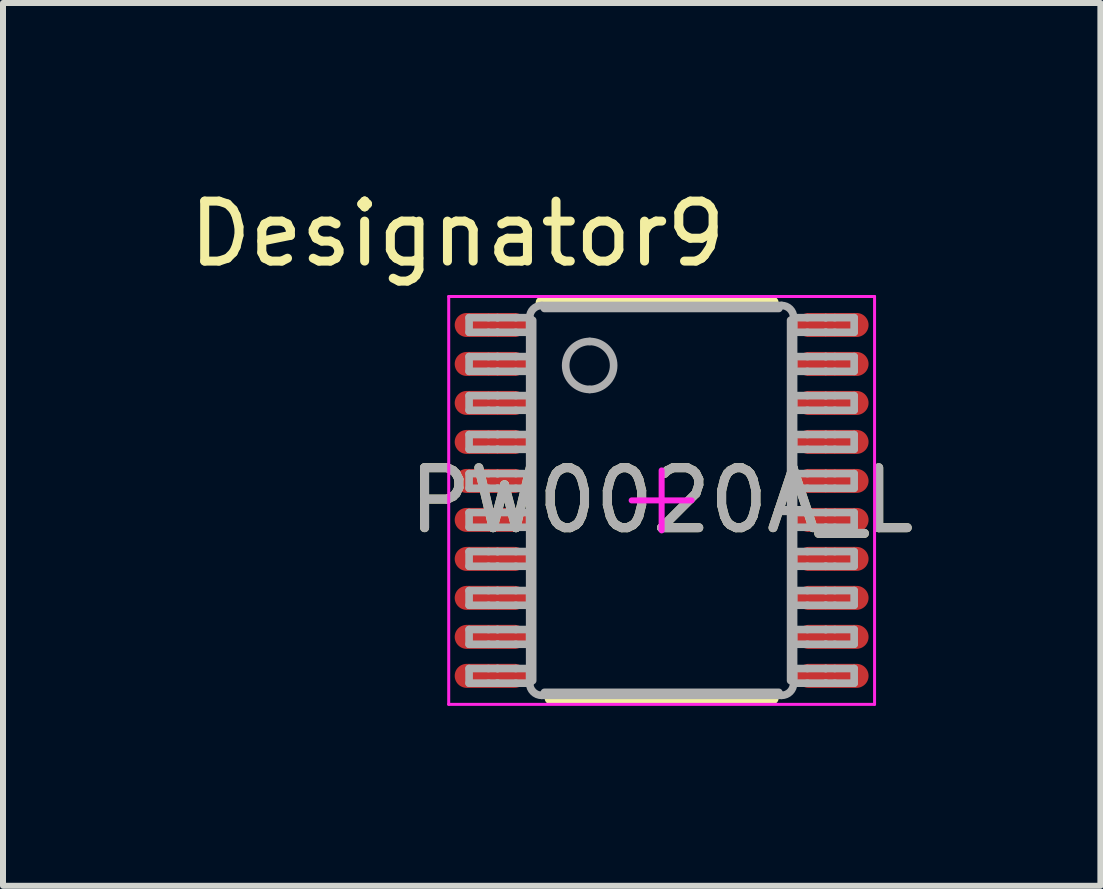
<source format=kicad_pcb>
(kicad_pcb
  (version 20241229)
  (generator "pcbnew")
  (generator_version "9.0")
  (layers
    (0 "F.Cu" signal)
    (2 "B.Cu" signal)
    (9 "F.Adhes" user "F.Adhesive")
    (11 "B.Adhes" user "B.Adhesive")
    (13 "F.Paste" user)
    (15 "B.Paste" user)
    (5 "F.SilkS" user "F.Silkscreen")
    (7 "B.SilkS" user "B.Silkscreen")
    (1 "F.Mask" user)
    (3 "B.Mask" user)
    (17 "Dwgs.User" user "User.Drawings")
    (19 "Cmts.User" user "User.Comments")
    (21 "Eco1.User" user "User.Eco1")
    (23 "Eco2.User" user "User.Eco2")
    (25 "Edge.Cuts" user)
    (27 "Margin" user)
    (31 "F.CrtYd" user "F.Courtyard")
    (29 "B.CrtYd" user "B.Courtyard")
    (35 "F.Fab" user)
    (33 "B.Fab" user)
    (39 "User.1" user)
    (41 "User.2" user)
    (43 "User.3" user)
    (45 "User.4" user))
  (footprint "PW0020A_L"
    (layer "F.Cu")
    (at 7.981 5.293)
    (property "Reference" "PW0020A_L" (at 0 0 0) (unlocked yes) (layer "F.SilkS") (effects (font (size 1 1) (thickness 0.15))))
    (attr smd)
    (fp_line (start -2 -3.3) (end 1.85 -3.3) (stroke (width 0.2) (type solid)) (layer "F.SilkS"))
    (fp_line (start -1.85 3.3) (end 1.85 3.3) (stroke (width 0.2) (type solid)) (layer "F.SilkS"))
    (fp_line (start -3.55 -3.4) (end 3.55 -3.4) (stroke (width 0.05) (type solid)) (layer "F.CrtYd"))
    (fp_line (start -3.55 3.4) (end -3.55 -3.4) (stroke (width 0.05) (type solid)) (layer "F.CrtYd"))
    (fp_line (start -3.55 3.4) (end 3.55 3.4) (stroke (width 0.05) (type solid)) (layer "F.CrtYd"))
    (fp_line (start -0.5 0) (end 0.5 0) (stroke (width 0.1) (type solid)) (layer "F.CrtYd"))
    (fp_line (start 0 0.5) (end 0 -0.5) (stroke (width 0.1) (type solid)) (layer "F.CrtYd"))
    (fp_line (start 3.55 3.4) (end 3.55 -3.4) (stroke (width 0.05) (type solid)) (layer "F.CrtYd"))
    (fp_line (start -3.21 -3.047) (end -2.887 -3.047) (stroke (width 0.127) (type solid)) (layer "F.Fab"))
    (fp_line (start -3.21 -2.803) (end -3.21 -3.047) (stroke (width 0.127) (type solid)) (layer "F.Fab"))
    (fp_line (start -3.21 -2.803) (end -2.887 -2.803) (stroke (width 0.127) (type solid)) (layer "F.Fab"))
    (fp_line (start -3.21 -2.398) (end -2.887 -2.398) (stroke (width 0.127) (type solid)) (layer "F.Fab"))
    (fp_line (start -3.21 -2.152) (end -3.21 -2.398) (stroke (width 0.127) (type solid)) (layer "F.Fab"))
    (fp_line (start -3.21 -2.152) (end -2.887 -2.152) (stroke (width 0.127) (type solid)) (layer "F.Fab"))
    (fp_line (start -3.21 -1.747) (end -2.887 -1.747) (stroke (width 0.127) (type solid)) (layer "F.Fab"))
    (fp_line (start -3.21 -1.503) (end -3.21 -1.747) (stroke (width 0.127) (type solid)) (layer "F.Fab"))
    (fp_line (start -3.21 -1.503) (end -2.887 -1.503) (stroke (width 0.127) (type solid)) (layer "F.Fab"))
    (fp_line (start -3.21 -1.098) (end -2.887 -1.098) (stroke (width 0.127) (type solid)) (layer "F.Fab"))
    (fp_line (start -3.21 -0.852) (end -3.21 -1.098) (stroke (width 0.127) (type solid)) (layer "F.Fab"))
    (fp_line (start -3.21 -0.852) (end -2.887 -0.852) (stroke (width 0.127) (type solid)) (layer "F.Fab"))
    (fp_line (start -3.21 -0.447) (end -2.887 -0.447) (stroke (width 0.127) (type solid)) (layer "F.Fab"))
    (fp_line (start -3.21 -0.202) (end -3.21 -0.447) (stroke (width 0.127) (type solid)) (layer "F.Fab"))
    (fp_line (start -3.21 -0.202) (end -2.887 -0.202) (stroke (width 0.127) (type solid)) (layer "F.Fab"))
    (fp_line (start -3.21 0.202) (end -2.887 0.202) (stroke (width 0.127) (type solid)) (layer "F.Fab"))
    (fp_line (start -3.21 0.448) (end -3.21 0.202) (stroke (width 0.127) (type solid)) (layer "F.Fab"))
    (fp_line (start -3.21 0.448) (end -2.887 0.448) (stroke (width 0.127) (type solid)) (layer "F.Fab"))
    (fp_line (start -3.21 0.853) (end -2.887 0.853) (stroke (width 0.127) (type solid)) (layer "F.Fab"))
    (fp_line (start -3.21 1.098) (end -3.21 0.853) (stroke (width 0.127) (type solid)) (layer "F.Fab"))
    (fp_line (start -3.21 1.098) (end -2.887 1.098) (stroke (width 0.127) (type solid)) (layer "F.Fab"))
    (fp_line (start -3.21 1.503) (end -2.887 1.503) (stroke (width 0.127) (type solid)) (layer "F.Fab"))
    (fp_line (start -3.21 1.748) (end -3.21 1.503) (stroke (width 0.127) (type solid)) (layer "F.Fab"))
    (fp_line (start -3.21 1.748) (end -2.887 1.748) (stroke (width 0.127) (type solid)) (layer "F.Fab"))
    (fp_line (start -3.21 2.153) (end -2.887 2.153) (stroke (width 0.127) (type solid)) (layer "F.Fab"))
    (fp_line (start -3.21 2.398) (end -3.21 2.153) (stroke (width 0.127) (type solid)) (layer "F.Fab"))
    (fp_line (start -3.21 2.398) (end -2.887 2.398) (stroke (width 0.127) (type solid)) (layer "F.Fab"))
    (fp_line (start -3.21 2.803) (end -2.887 2.803) (stroke (width 0.127) (type solid)) (layer "F.Fab"))
    (fp_line (start -3.21 3.047) (end -3.21 2.803) (stroke (width 0.127) (type solid)) (layer "F.Fab"))
    (fp_line (start -3.21 3.047) (end -2.887 3.047) (stroke (width 0.127) (type solid)) (layer "F.Fab"))
    (fp_line (start -2.887 -3.047) (end -2.739 -3.047) (stroke (width 0.127) (type solid)) (layer "F.Fab"))
    (fp_line (start -2.887 -2.803) (end -2.739 -2.803) (stroke (width 0.127) (type solid)) (layer "F.Fab"))
    (fp_line (start -2.887 -2.398) (end -2.739 -2.398) (stroke (width 0.127) (type solid)) (layer "F.Fab"))
    (fp_line (start -2.887 -2.152) (end -2.739 -2.152) (stroke (width 0.127) (type solid)) (layer "F.Fab"))
    (fp_line (start -2.887 -1.747) (end -2.739 -1.747) (stroke (width 0.127) (type solid)) (layer "F.Fab"))
    (fp_line (start -2.887 -1.503) (end -2.739 -1.503) (stroke (width 0.127) (type solid)) (layer "F.Fab"))
    (fp_line (start -2.887 -1.098) (end -2.739 -1.098) (stroke (width 0.127) (type solid)) (layer "F.Fab"))
    (fp_line (start -2.887 -0.852) (end -2.739 -0.852) (stroke (width 0.127) (type solid)) (layer "F.Fab"))
    (fp_line (start -2.887 -0.447) (end -2.739 -0.447) (stroke (width 0.127) (type solid)) (layer "F.Fab"))
    (fp_line (start -2.887 -0.202) (end -2.739 -0.202) (stroke (width 0.127) (type solid)) (layer "F.Fab"))
    (fp_line (start -2.887 0.202) (end -2.739 0.202) (stroke (width 0.127) (type solid)) (layer "F.Fab"))
    (fp_line (start -2.887 0.448) (end -2.739 0.448) (stroke (width 0.127) (type solid)) (layer "F.Fab"))
    (fp_line (start -2.887 0.853) (end -2.739 0.853) (stroke (width 0.127) (type solid)) (layer "F.Fab"))
    (fp_line (start -2.887 1.098) (end -2.739 1.098) (stroke (width 0.127) (type solid)) (layer "F.Fab"))
    (fp_line (start -2.887 1.503) (end -2.739 1.503) (stroke (width 0.127) (type solid)) (layer "F.Fab"))
    (fp_line (start -2.887 1.748) (end -2.739 1.748) (stroke (width 0.127) (type solid)) (layer "F.Fab"))
    (fp_line (start -2.887 2.153) (end -2.739 2.153) (stroke (width 0.127) (type solid)) (layer "F.Fab"))
    (fp_line (start -2.887 2.398) (end -2.739 2.398) (stroke (width 0.127) (type solid)) (layer "F.Fab"))
    (fp_line (start -2.887 2.803) (end -2.739 2.803) (stroke (width 0.127) (type solid)) (layer "F.Fab"))
    (fp_line (start -2.887 3.047) (end -2.739 3.047) (stroke (width 0.127) (type solid)) (layer "F.Fab"))
    (fp_line (start -2.739 -3.047) (end -2.733 -3.047) (stroke (width 0.127) (type solid)) (layer "F.Fab"))
    (fp_line (start -2.739 -2.803) (end -2.733 -2.803) (stroke (width 0.127) (type solid)) (layer "F.Fab"))
    (fp_line (start -2.739 -2.398) (end -2.733 -2.398) (stroke (width 0.127) (type solid)) (layer "F.Fab"))
    (fp_line (start -2.739 -2.152) (end -2.733 -2.152) (stroke (width 0.127) (type solid)) (layer "F.Fab"))
    (fp_line (start -2.739 -1.747) (end -2.733 -1.747) (stroke (width 0.127) (type solid)) (layer "F.Fab"))
    (fp_line (start -2.739 -1.503) (end -2.733 -1.503) (stroke (width 0.127) (type solid)) (layer "F.Fab"))
    (fp_line (start -2.739 -1.098) (end -2.733 -1.098) (stroke (width 0.127) (type solid)) (layer "F.Fab"))
    (fp_line (start -2.739 -0.852) (end -2.733 -0.852) (stroke (width 0.127) (type solid)) (layer "F.Fab"))
    (fp_line (start -2.739 -0.447) (end -2.733 -0.447) (stroke (width 0.127) (type solid)) (layer "F.Fab"))
    (fp_line (start -2.739 -0.202) (end -2.733 -0.202) (stroke (width 0.127) (type solid)) (layer "F.Fab"))
    (fp_line (start -2.739 0.202) (end -2.733 0.202) (stroke (width 0.127) (type solid)) (layer "F.Fab"))
    (fp_line (start -2.739 0.448) (end -2.733 0.448) (stroke (width 0.127) (type solid)) (layer "F.Fab"))
    (fp_line (start -2.739 0.853) (end -2.733 0.853) (stroke (width 0.127) (type solid)) (layer "F.Fab"))
    (fp_line (start -2.739 1.098) (end -2.733 1.098) (stroke (width 0.127) (type solid)) (layer "F.Fab"))
    (fp_line (start -2.739 1.503) (end -2.733 1.503) (stroke (width 0.127) (type solid)) (layer "F.Fab"))
    (fp_line (start -2.739 1.748) (end -2.733 1.748) (stroke (width 0.127) (type solid)) (layer "F.Fab"))
    (fp_line (start -2.739 2.153) (end -2.733 2.153) (stroke (width 0.127) (type solid)) (layer "F.Fab"))
    (fp_line (start -2.739 2.398) (end -2.733 2.398) (stroke (width 0.127) (type solid)) (layer "F.Fab"))
    (fp_line (start -2.739 2.803) (end -2.733 2.803) (stroke (width 0.127) (type solid)) (layer "F.Fab"))
    (fp_line (start -2.739 3.047) (end -2.733 3.047) (stroke (width 0.127) (type solid)) (layer "F.Fab"))
    (fp_line (start -2.733 -3.047) (end -2.431 -3.047) (stroke (width 0.127) (type solid)) (layer "F.Fab"))
    (fp_line (start -2.733 -2.803) (end -2.431 -2.803) (stroke (width 0.127) (type solid)) (layer "F.Fab"))
    (fp_line (start -2.733 -2.398) (end -2.431 -2.398) (stroke (width 0.127) (type solid)) (layer "F.Fab"))
    (fp_line (start -2.733 -2.152) (end -2.431 -2.152) (stroke (width 0.127) (type solid)) (layer "F.Fab"))
    (fp_line (start -2.733 -1.747) (end -2.431 -1.747) (stroke (width 0.127) (type solid)) (layer "F.Fab"))
    (fp_line (start -2.733 -1.503) (end -2.431 -1.503) (stroke (width 0.127) (type solid)) (layer "F.Fab"))
    (fp_line (start -2.733 -1.098) (end -2.431 -1.098) (stroke (width 0.127) (type solid)) (layer "F.Fab"))
    (fp_line (start -2.733 -0.852) (end -2.431 -0.852) (stroke (width 0.127) (type solid)) (layer "F.Fab"))
    (fp_line (start -2.733 -0.447) (end -2.431 -0.447) (stroke (width 0.127) (type solid)) (layer "F.Fab"))
    (fp_line (start -2.733 -0.202) (end -2.431 -0.202) (stroke (width 0.127) (type solid)) (layer "F.Fab"))
    (fp_line (start -2.733 0.202) (end -2.431 0.202) (stroke (width 0.127) (type solid)) (layer "F.Fab"))
    (fp_line (start -2.733 0.448) (end -2.431 0.448) (stroke (width 0.127) (type solid)) (layer "F.Fab"))
    (fp_line (start -2.733 0.853) (end -2.431 0.853) (stroke (width 0.127) (type solid)) (layer "F.Fab"))
    (fp_line (start -2.733 1.098) (end -2.431 1.098) (stroke (width 0.127) (type solid)) (layer "F.Fab"))
    (fp_line (start -2.733 1.503) (end -2.431 1.503) (stroke (width 0.127) (type solid)) (layer "F.Fab"))
    (fp_line (start -2.733 1.748) (end -2.431 1.748) (stroke (width 0.127) (type solid)) (layer "F.Fab"))
    (fp_line (start -2.733 2.153) (end -2.431 2.153) (stroke (width 0.127) (type solid)) (layer "F.Fab"))
    (fp_line (start -2.733 2.398) (end -2.431 2.398) (stroke (width 0.127) (type solid)) (layer "F.Fab"))
    (fp_line (start -2.733 2.803) (end -2.431 2.803) (stroke (width 0.127) (type solid)) (layer "F.Fab"))
    (fp_line (start -2.733 3.047) (end -2.431 3.047) (stroke (width 0.127) (type solid)) (layer "F.Fab"))
    (fp_line (start -2.431 -3.047) (end -2.2 -3.047) (stroke (width 0.127) (type solid)) (layer "F.Fab"))
    (fp_line (start -2.431 -2.803) (end -2.2 -2.803) (stroke (width 0.127) (type solid)) (layer "F.Fab"))
    (fp_line (start -2.431 -2.398) (end -2.2 -2.398) (stroke (width 0.127) (type solid)) (layer "F.Fab"))
    (fp_line (start -2.431 -2.152) (end -2.2 -2.152) (stroke (width 0.127) (type solid)) (layer "F.Fab"))
    (fp_line (start -2.431 -1.747) (end -2.2 -1.747) (stroke (width 0.127) (type solid)) (layer "F.Fab"))
    (fp_line (start -2.431 -1.503) (end -2.2 -1.503) (stroke (width 0.127) (type solid)) (layer "F.Fab"))
    (fp_line (start -2.431 -1.098) (end -2.2 -1.098) (stroke (width 0.127) (type solid)) (layer "F.Fab"))
    (fp_line (start -2.431 -0.852) (end -2.2 -0.852) (stroke (width 0.127) (type solid)) (layer "F.Fab"))
    (fp_line (start -2.431 -0.447) (end -2.2 -0.447) (stroke (width 0.127) (type solid)) (layer "F.Fab"))
    (fp_line (start -2.431 -0.202) (end -2.2 -0.202) (stroke (width 0.127) (type solid)) (layer "F.Fab"))
    (fp_line (start -2.431 0.202) (end -2.2 0.202) (stroke (width 0.127) (type solid)) (layer "F.Fab"))
    (fp_line (start -2.431 0.448) (end -2.2 0.448) (stroke (width 0.127) (type solid)) (layer "F.Fab"))
    (fp_line (start -2.431 0.853) (end -2.2 0.853) (stroke (width 0.127) (type solid)) (layer "F.Fab"))
    (fp_line (start -2.431 1.098) (end -2.2 1.098) (stroke (width 0.127) (type solid)) (layer "F.Fab"))
    (fp_line (start -2.431 1.503) (end -2.2 1.503) (stroke (width 0.127) (type solid)) (layer "F.Fab"))
    (fp_line (start -2.431 1.748) (end -2.2 1.748) (stroke (width 0.127) (type solid)) (layer "F.Fab"))
    (fp_line (start -2.431 2.153) (end -2.2 2.153) (stroke (width 0.127) (type solid)) (layer "F.Fab"))
    (fp_line (start -2.431 2.398) (end -2.2 2.398) (stroke (width 0.127) (type solid)) (layer "F.Fab"))
    (fp_line (start -2.431 2.803) (end -2.2 2.803) (stroke (width 0.127) (type solid)) (layer "F.Fab"))
    (fp_line (start -2.431 3.047) (end -2.2 3.047) (stroke (width 0.127) (type solid)) (layer "F.Fab"))
    (fp_line (start -2.2 -2.803) (end -2.2 -3.047) (stroke (width 0.127) (type solid)) (layer "F.Fab"))
    (fp_line (start -2.2 -2.152) (end -2.2 -2.398) (stroke (width 0.127) (type solid)) (layer "F.Fab"))
    (fp_line (start -2.2 -1.503) (end -2.2 -1.747) (stroke (width 0.127) (type solid)) (layer "F.Fab"))
    (fp_line (start -2.2 -0.852) (end -2.2 -1.098) (stroke (width 0.127) (type solid)) (layer "F.Fab"))
    (fp_line (start -2.2 -0.202) (end -2.2 -0.447) (stroke (width 0.127) (type solid)) (layer "F.Fab"))
    (fp_line (start -2.2 0.448) (end -2.2 0.202) (stroke (width 0.127) (type solid)) (layer "F.Fab"))
    (fp_line (start -2.2 1.098) (end -2.2 0.853) (stroke (width 0.127) (type solid)) (layer "F.Fab"))
    (fp_line (start -2.2 1.748) (end -2.2 1.503) (stroke (width 0.127) (type solid)) (layer "F.Fab"))
    (fp_line (start -2.2 2.398) (end -2.2 2.153) (stroke (width 0.127) (type solid)) (layer "F.Fab"))
    (fp_line (start -2.2 3.047) (end -2.2 2.803) (stroke (width 0.127) (type solid)) (layer "F.Fab"))
    (fp_line (start -2.2 3.05) (end -2.2 -3.05) (stroke (width 0.127) (type solid)) (layer "F.Fab"))
    (fp_line (start -2.15 3.004) (end -2.15 -3.004) (stroke (width 0.127) (type solid)) (layer "F.Fab"))
    (fp_line (start -2 -3.25) (end 2 -3.25) (stroke (width 0.127) (type solid)) (layer "F.Fab"))
    (fp_line (start -2 3.25) (end 2 3.25) (stroke (width 0.127) (type solid)) (layer "F.Fab"))
    (fp_line (start -1.954 -3.2) (end 1.954 -3.2) (stroke (width 0.127) (type solid)) (layer "F.Fab"))
    (fp_line (start -1.954 3.2) (end 1.954 3.2) (stroke (width 0.127) (type solid)) (layer "F.Fab"))
    (fp_line (start 2.15 3.004) (end 2.15 -3.004) (stroke (width 0.127) (type solid)) (layer "F.Fab"))
    (fp_line (start 2.2 -3.047) (end 2.43 -3.047) (stroke (width 0.127) (type solid)) (layer "F.Fab"))
    (fp_line (start 2.2 -2.803) (end 2.2 -3.047) (stroke (width 0.127) (type solid)) (layer "F.Fab"))
    (fp_line (start 2.2 -2.803) (end 2.43 -2.803) (stroke (width 0.127) (type solid)) (layer "F.Fab"))
    (fp_line (start 2.2 -2.398) (end 2.43 -2.398) (stroke (width 0.127) (type solid)) (layer "F.Fab"))
    (fp_line (start 2.2 -2.152) (end 2.2 -2.398) (stroke (width 0.127) (type solid)) (layer "F.Fab"))
    (fp_line (start 2.2 -2.152) (end 2.43 -2.152) (stroke (width 0.127) (type solid)) (layer "F.Fab"))
    (fp_line (start 2.2 -1.747) (end 2.43 -1.747) (stroke (width 0.127) (type solid)) (layer "F.Fab"))
    (fp_line (start 2.2 -1.503) (end 2.2 -1.747) (stroke (width 0.127) (type solid)) (layer "F.Fab"))
    (fp_line (start 2.2 -1.503) (end 2.43 -1.503) (stroke (width 0.127) (type solid)) (layer "F.Fab"))
    (fp_line (start 2.2 -1.098) (end 2.43 -1.098) (stroke (width 0.127) (type solid)) (layer "F.Fab"))
    (fp_line (start 2.2 -0.852) (end 2.2 -1.098) (stroke (width 0.127) (type solid)) (layer "F.Fab"))
    (fp_line (start 2.2 -0.852) (end 2.43 -0.852) (stroke (width 0.127) (type solid)) (layer "F.Fab"))
    (fp_line (start 2.2 -0.447) (end 2.43 -0.447) (stroke (width 0.127) (type solid)) (layer "F.Fab"))
    (fp_line (start 2.2 -0.202) (end 2.2 -0.447) (stroke (width 0.127) (type solid)) (layer "F.Fab"))
    (fp_line (start 2.2 -0.202) (end 2.43 -0.202) (stroke (width 0.127) (type solid)) (layer "F.Fab"))
    (fp_line (start 2.2 0.202) (end 2.43 0.202) (stroke (width 0.127) (type solid)) (layer "F.Fab"))
    (fp_line (start 2.2 0.448) (end 2.2 0.202) (stroke (width 0.127) (type solid)) (layer "F.Fab"))
    (fp_line (start 2.2 0.448) (end 2.43 0.448) (stroke (width 0.127) (type solid)) (layer "F.Fab"))
    (fp_line (start 2.2 0.853) (end 2.43 0.853) (stroke (width 0.127) (type solid)) (layer "F.Fab"))
    (fp_line (start 2.2 1.098) (end 2.2 0.853) (stroke (width 0.127) (type solid)) (layer "F.Fab"))
    (fp_line (start 2.2 1.098) (end 2.43 1.098) (stroke (width 0.127) (type solid)) (layer "F.Fab"))
    (fp_line (start 2.2 1.503) (end 2.43 1.503) (stroke (width 0.127) (type solid)) (layer "F.Fab"))
    (fp_line (start 2.2 1.748) (end 2.2 1.503) (stroke (width 0.127) (type solid)) (layer "F.Fab"))
    (fp_line (start 2.2 1.748) (end 2.43 1.748) (stroke (width 0.127) (type solid)) (layer "F.Fab"))
    (fp_line (start 2.2 2.153) (end 2.43 2.153) (stroke (width 0.127) (type solid)) (layer "F.Fab"))
    (fp_line (start 2.2 2.398) (end 2.2 2.153) (stroke (width 0.127) (type solid)) (layer "F.Fab"))
    (fp_line (start 2.2 2.398) (end 2.43 2.398) (stroke (width 0.127) (type solid)) (layer "F.Fab"))
    (fp_line (start 2.2 2.803) (end 2.43 2.803) (stroke (width 0.127) (type solid)) (layer "F.Fab"))
    (fp_line (start 2.2 3.047) (end 2.2 2.803) (stroke (width 0.127) (type solid)) (layer "F.Fab"))
    (fp_line (start 2.2 3.047) (end 2.43 3.047) (stroke (width 0.127) (type solid)) (layer "F.Fab"))
    (fp_line (start 2.2 3.05) (end 2.2 -3.05) (stroke (width 0.127) (type solid)) (layer "F.Fab"))
    (fp_line (start 2.43 -3.047) (end 2.733 -3.047) (stroke (width 0.127) (type solid)) (layer "F.Fab"))
    (fp_line (start 2.43 -2.803) (end 2.733 -2.803) (stroke (width 0.127) (type solid)) (layer "F.Fab"))
    (fp_line (start 2.43 -2.398) (end 2.733 -2.398) (stroke (width 0.127) (type solid)) (layer "F.Fab"))
    (fp_line (start 2.43 -2.152) (end 2.733 -2.152) (stroke (width 0.127) (type solid)) (layer "F.Fab"))
    (fp_line (start 2.43 -1.747) (end 2.733 -1.747) (stroke (width 0.127) (type solid)) (layer "F.Fab"))
    (fp_line (start 2.43 -1.503) (end 2.733 -1.503) (stroke (width 0.127) (type solid)) (layer "F.Fab"))
    (fp_line (start 2.43 -1.098) (end 2.733 -1.098) (stroke (width 0.127) (type solid)) (layer "F.Fab"))
    (fp_line (start 2.43 -0.852) (end 2.733 -0.852) (stroke (width 0.127) (type solid)) (layer "F.Fab"))
    (fp_line (start 2.43 -0.447) (end 2.733 -0.447) (stroke (width 0.127) (type solid)) (layer "F.Fab"))
    (fp_line (start 2.43 -0.202) (end 2.733 -0.202) (stroke (width 0.127) (type solid)) (layer "F.Fab"))
    (fp_line (start 2.43 0.202) (end 2.733 0.202) (stroke (width 0.127) (type solid)) (layer "F.Fab"))
    (fp_line (start 2.43 0.448) (end 2.733 0.448) (stroke (width 0.127) (type solid)) (layer "F.Fab"))
    (fp_line (start 2.43 0.853) (end 2.733 0.853) (stroke (width 0.127) (type solid)) (layer "F.Fab"))
    (fp_line (start 2.43 1.098) (end 2.733 1.098) (stroke (width 0.127) (type solid)) (layer "F.Fab"))
    (fp_line (start 2.43 1.503) (end 2.733 1.503) (stroke (width 0.127) (type solid)) (layer "F.Fab"))
    (fp_line (start 2.43 1.748) (end 2.733 1.748) (stroke (width 0.127) (type solid)) (layer "F.Fab"))
    (fp_line (start 2.43 2.153) (end 2.733 2.153) (stroke (width 0.127) (type solid)) (layer "F.Fab"))
    (fp_line (start 2.43 2.398) (end 2.733 2.398) (stroke (width 0.127) (type solid)) (layer "F.Fab"))
    (fp_line (start 2.43 2.803) (end 2.733 2.803) (stroke (width 0.127) (type solid)) (layer "F.Fab"))
    (fp_line (start 2.43 3.047) (end 2.733 3.047) (stroke (width 0.127) (type solid)) (layer "F.Fab"))
    (fp_line (start 2.733 -3.047) (end 2.739 -3.047) (stroke (width 0.127) (type solid)) (layer "F.Fab"))
    (fp_line (start 2.733 -2.803) (end 2.739 -2.803) (stroke (width 0.127) (type solid)) (layer "F.Fab"))
    (fp_line (start 2.733 -2.398) (end 2.739 -2.398) (stroke (width 0.127) (type solid)) (layer "F.Fab"))
    (fp_line (start 2.733 -2.152) (end 2.739 -2.152) (stroke (width 0.127) (type solid)) (layer "F.Fab"))
    (fp_line (start 2.733 -1.747) (end 2.739 -1.747) (stroke (width 0.127) (type solid)) (layer "F.Fab"))
    (fp_line (start 2.733 -1.503) (end 2.739 -1.503) (stroke (width 0.127) (type solid)) (layer "F.Fab"))
    (fp_line (start 2.733 -1.098) (end 2.739 -1.098) (stroke (width 0.127) (type solid)) (layer "F.Fab"))
    (fp_line (start 2.733 -0.852) (end 2.739 -0.852) (stroke (width 0.127) (type solid)) (layer "F.Fab"))
    (fp_line (start 2.733 -0.447) (end 2.739 -0.447) (stroke (width 0.127) (type solid)) (layer "F.Fab"))
    (fp_line (start 2.733 -0.202) (end 2.739 -0.202) (stroke (width 0.127) (type solid)) (layer "F.Fab"))
    (fp_line (start 2.733 0.202) (end 2.739 0.202) (stroke (width 0.127) (type solid)) (layer "F.Fab"))
    (fp_line (start 2.733 0.448) (end 2.739 0.448) (stroke (width 0.127) (type solid)) (layer "F.Fab"))
    (fp_line (start 2.733 0.853) (end 2.739 0.853) (stroke (width 0.127) (type solid)) (layer "F.Fab"))
    (fp_line (start 2.733 1.098) (end 2.739 1.098) (stroke (width 0.127) (type solid)) (layer "F.Fab"))
    (fp_line (start 2.733 1.503) (end 2.739 1.503) (stroke (width 0.127) (type solid)) (layer "F.Fab"))
    (fp_line (start 2.733 1.748) (end 2.739 1.748) (stroke (width 0.127) (type solid)) (layer "F.Fab"))
    (fp_line (start 2.733 2.153) (end 2.739 2.153) (stroke (width 0.127) (type solid)) (layer "F.Fab"))
    (fp_line (start 2.733 2.398) (end 2.739 2.398) (stroke (width 0.127) (type solid)) (layer "F.Fab"))
    (fp_line (start 2.733 2.803) (end 2.739 2.803) (stroke (width 0.127) (type solid)) (layer "F.Fab"))
    (fp_line (start 2.733 3.047) (end 2.739 3.047) (stroke (width 0.127) (type solid)) (layer "F.Fab"))
    (fp_line (start 2.739 -3.047) (end 2.887 -3.047) (stroke (width 0.127) (type solid)) (layer "F.Fab"))
    (fp_line (start 2.739 -2.803) (end 2.887 -2.803) (stroke (width 0.127) (type solid)) (layer "F.Fab"))
    (fp_line (start 2.739 -2.398) (end 2.887 -2.398) (stroke (width 0.127) (type solid)) (layer "F.Fab"))
    (fp_line (start 2.739 -2.152) (end 2.887 -2.152) (stroke (width 0.127) (type solid)) (layer "F.Fab"))
    (fp_line (start 2.739 -1.747) (end 2.887 -1.747) (stroke (width 0.127) (type solid)) (layer "F.Fab"))
    (fp_line (start 2.739 -1.503) (end 2.887 -1.503) (stroke (width 0.127) (type solid)) (layer "F.Fab"))
    (fp_line (start 2.739 -1.098) (end 2.887 -1.098) (stroke (width 0.127) (type solid)) (layer "F.Fab"))
    (fp_line (start 2.739 -0.852) (end 2.887 -0.852) (stroke (width 0.127) (type solid)) (layer "F.Fab"))
    (fp_line (start 2.739 -0.447) (end 2.887 -0.447) (stroke (width 0.127) (type solid)) (layer "F.Fab"))
    (fp_line (start 2.739 -0.202) (end 2.887 -0.202) (stroke (width 0.127) (type solid)) (layer "F.Fab"))
    (fp_line (start 2.739 0.202) (end 2.887 0.202) (stroke (width 0.127) (type solid)) (layer "F.Fab"))
    (fp_line (start 2.739 0.448) (end 2.887 0.448) (stroke (width 0.127) (type solid)) (layer "F.Fab"))
    (fp_line (start 2.739 0.853) (end 2.887 0.853) (stroke (width 0.127) (type solid)) (layer "F.Fab"))
    (fp_line (start 2.739 1.098) (end 2.887 1.098) (stroke (width 0.127) (type solid)) (layer "F.Fab"))
    (fp_line (start 2.739 1.503) (end 2.887 1.503) (stroke (width 0.127) (type solid)) (layer "F.Fab"))
    (fp_line (start 2.739 1.748) (end 2.887 1.748) (stroke (width 0.127) (type solid)) (layer "F.Fab"))
    (fp_line (start 2.739 2.153) (end 2.887 2.153) (stroke (width 0.127) (type solid)) (layer "F.Fab"))
    (fp_line (start 2.739 2.398) (end 2.887 2.398) (stroke (width 0.127) (type solid)) (layer "F.Fab"))
    (fp_line (start 2.739 2.803) (end 2.887 2.803) (stroke (width 0.127) (type solid)) (layer "F.Fab"))
    (fp_line (start 2.739 3.047) (end 2.887 3.047) (stroke (width 0.127) (type solid)) (layer "F.Fab"))
    (fp_line (start 2.887 -3.047) (end 3.21 -3.047) (stroke (width 0.127) (type solid)) (layer "F.Fab"))
    (fp_line (start 2.887 -2.803) (end 3.21 -2.803) (stroke (width 0.127) (type solid)) (layer "F.Fab"))
    (fp_line (start 2.887 -2.398) (end 3.21 -2.398) (stroke (width 0.127) (type solid)) (layer "F.Fab"))
    (fp_line (start 2.887 -2.152) (end 3.21 -2.152) (stroke (width 0.127) (type solid)) (layer "F.Fab"))
    (fp_line (start 2.887 -1.747) (end 3.21 -1.747) (stroke (width 0.127) (type solid)) (layer "F.Fab"))
    (fp_line (start 2.887 -1.503) (end 3.21 -1.503) (stroke (width 0.127) (type solid)) (layer "F.Fab"))
    (fp_line (start 2.887 -1.098) (end 3.21 -1.098) (stroke (width 0.127) (type solid)) (layer "F.Fab"))
    (fp_line (start 2.887 -0.852) (end 3.21 -0.852) (stroke (width 0.127) (type solid)) (layer "F.Fab"))
    (fp_line (start 2.887 -0.447) (end 3.21 -0.447) (stroke (width 0.127) (type solid)) (layer "F.Fab"))
    (fp_line (start 2.887 -0.202) (end 3.21 -0.202) (stroke (width 0.127) (type solid)) (layer "F.Fab"))
    (fp_line (start 2.887 0.202) (end 3.21 0.202) (stroke (width 0.127) (type solid)) (layer "F.Fab"))
    (fp_line (start 2.887 0.448) (end 3.21 0.448) (stroke (width 0.127) (type solid)) (layer "F.Fab"))
    (fp_line (start 2.887 0.853) (end 3.21 0.853) (stroke (width 0.127) (type solid)) (layer "F.Fab"))
    (fp_line (start 2.887 1.098) (end 3.21 1.098) (stroke (width 0.127) (type solid)) (layer "F.Fab"))
    (fp_line (start 2.887 1.503) (end 3.21 1.503) (stroke (width 0.127) (type solid)) (layer "F.Fab"))
    (fp_line (start 2.887 1.748) (end 3.21 1.748) (stroke (width 0.127) (type solid)) (layer "F.Fab"))
    (fp_line (start 2.887 2.153) (end 3.21 2.153) (stroke (width 0.127) (type solid)) (layer "F.Fab"))
    (fp_line (start 2.887 2.398) (end 3.21 2.398) (stroke (width 0.127) (type solid)) (layer "F.Fab"))
    (fp_line (start 2.887 2.803) (end 3.21 2.803) (stroke (width 0.127) (type solid)) (layer "F.Fab"))
    (fp_line (start 2.887 3.047) (end 3.21 3.047) (stroke (width 0.127) (type solid)) (layer "F.Fab"))
    (fp_line (start 3.21 -2.803) (end 3.21 -3.047) (stroke (width 0.127) (type solid)) (layer "F.Fab"))
    (fp_line (start 3.21 -2.152) (end 3.21 -2.398) (stroke (width 0.127) (type solid)) (layer "F.Fab"))
    (fp_line (start 3.21 -1.503) (end 3.21 -1.747) (stroke (width 0.127) (type solid)) (layer "F.Fab"))
    (fp_line (start 3.21 -0.852) (end 3.21 -1.098) (stroke (width 0.127) (type solid)) (layer "F.Fab"))
    (fp_line (start 3.21 -0.202) (end 3.21 -0.447) (stroke (width 0.127) (type solid)) (layer "F.Fab"))
    (fp_line (start 3.21 0.448) (end 3.21 0.202) (stroke (width 0.127) (type solid)) (layer "F.Fab"))
    (fp_line (start 3.21 1.098) (end 3.21 0.853) (stroke (width 0.127) (type solid)) (layer "F.Fab"))
    (fp_line (start 3.21 1.748) (end 3.21 1.503) (stroke (width 0.127) (type solid)) (layer "F.Fab"))
    (fp_line (start 3.21 2.398) (end 3.21 2.153) (stroke (width 0.127) (type solid)) (layer "F.Fab"))
    (fp_line (start 3.21 3.047) (end 3.21 2.803) (stroke (width 0.127) (type solid)) (layer "F.Fab"))
    (fp_arc (start -2.200026 -3.050001) (mid -2.141435 -3.191428) (end -2.000001 -3.250001) (stroke (width 0.127) (type solid)) (layer "F.Fab"))
    (fp_arc (start -2.000001 3.250011) (mid -2.141435 3.191438) (end -2.200026 3.050012) (stroke (width 0.127) (type solid)) (layer "F.Fab"))
    (fp_arc (start -1.200003 -2.650002) (mid -0.800003 -2.250003) (end -1.200003 -1.850004) (stroke (width 0.127) (type solid)) (layer "F.Fab"))
    (fp_arc (start -1.200003 -1.850004) (mid -1.600002 -2.250003) (end -1.200003 -2.650002) (stroke (width 0.127) (type solid)) (layer "F.Fab"))
    (fp_arc (start 1.999991 -3.250001) (mid 2.141412 -3.191423) (end 2.199991 -3.050002) (stroke (width 0.127) (type solid)) (layer "F.Fab"))
    (fp_arc (start 2.199991 3.050012) (mid 2.141412 3.191433) (end 1.999991 3.250011) (stroke (width 0.127) (type solid)) (layer "F.Fab"))
    (fp_text user "Designator9" (at -3.404 -4.445 0) (unlocked yes) (layer "F.SilkS") (effects (font (size 1 1) (thickness 0.15))))
    (fp_text user "${REFERENCE}" (at 0 0 0) (unlocked yes) (layer "F.Fab") (effects (font (size 1 1) (thickness 0.15))))
    (pad "1" smd oval (at -2.85 -2.925 90) (size 0.4 1.2) (layers "F.Cu" "F.Mask" "F.Paste"))
    (pad "2" smd oval (at -2.85 -2.275 90) (size 0.4 1.2) (layers "F.Cu" "F.Mask" "F.Paste"))
    (pad "3" smd oval (at -2.85 -1.625 90) (size 0.4 1.2) (layers "F.Cu" "F.Mask" "F.Paste"))
    (pad "4" smd oval (at -2.85 -0.975 90) (size 0.4 1.2) (layers "F.Cu" "F.Mask" "F.Paste"))
    (pad "5" smd oval (at -2.85 -0.325 90) (size 0.4 1.2) (layers "F.Cu" "F.Mask" "F.Paste"))
    (pad "6" smd oval (at -2.85 0.325 90) (size 0.4 1.2) (layers "F.Cu" "F.Mask" "F.Paste"))
    (pad "7" smd oval (at -2.85 0.975 90) (size 0.4 1.2) (layers "F.Cu" "F.Mask" "F.Paste"))
    (pad "8" smd oval (at -2.85 1.625 90) (size 0.4 1.2) (layers "F.Cu" "F.Mask" "F.Paste"))
    (pad "9" smd oval (at -2.85 2.275 90) (size 0.4 1.2) (layers "F.Cu" "F.Mask" "F.Paste"))
    (pad "10" smd oval (at -2.85 2.925 90) (size 0.4 1.2) (layers "F.Cu" "F.Mask" "F.Paste"))
    (pad "11" smd oval (at 2.85 2.925 90) (size 0.4 1.2) (layers "F.Cu" "F.Mask" "F.Paste"))
    (pad "12" smd oval (at 2.85 2.275 90) (size 0.4 1.2) (layers "F.Cu" "F.Mask" "F.Paste"))
    (pad "13" smd oval (at 2.85 1.625 90) (size 0.4 1.2) (layers "F.Cu" "F.Mask" "F.Paste"))
    (pad "14" smd oval (at 2.85 0.975 90) (size 0.4 1.2) (layers "F.Cu" "F.Mask" "F.Paste"))
    (pad "15" smd oval (at 2.85 0.325 90) (size 0.4 1.2) (layers "F.Cu" "F.Mask" "F.Paste"))
    (pad "16" smd oval (at 2.85 -0.325 90) (size 0.4 1.2) (layers "F.Cu" "F.Mask" "F.Paste"))
    (pad "17" smd oval (at 2.85 -0.975 90) (size 0.4 1.2) (layers "F.Cu" "F.Mask" "F.Paste"))
    (pad "18" smd oval (at 2.85 -1.625 90) (size 0.4 1.2) (layers "F.Cu" "F.Mask" "F.Paste"))
    (pad "19" smd oval (at 2.85 -2.275 90) (size 0.4 1.2) (layers "F.Cu" "F.Mask" "F.Paste"))
    (pad "20" smd oval (at 2.85 -2.925 90) (size 0.4 1.2) (layers "F.Cu" "F.Mask" "F.Paste")))
  (gr_rect
    (start -3 -3)
    (end 15.296 11.718)
    (stroke (width 0.1) (type default))
    (fill no)
    (layer "Edge.Cuts")))
</source>
